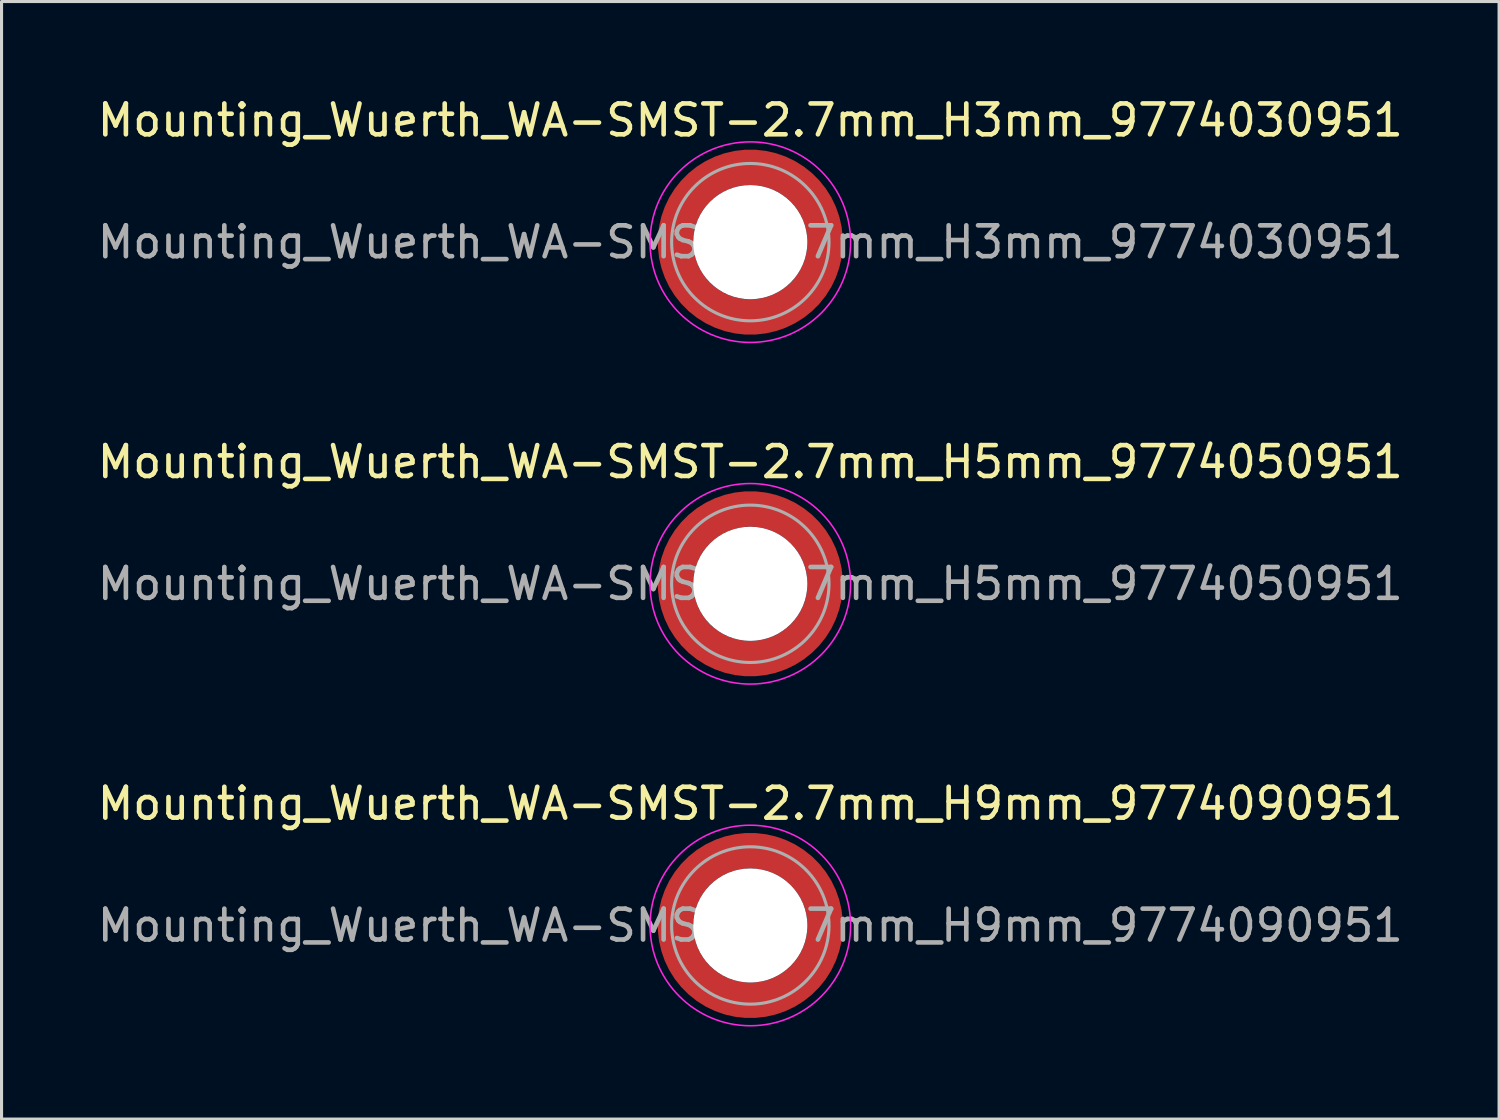
<source format=kicad_pcb>
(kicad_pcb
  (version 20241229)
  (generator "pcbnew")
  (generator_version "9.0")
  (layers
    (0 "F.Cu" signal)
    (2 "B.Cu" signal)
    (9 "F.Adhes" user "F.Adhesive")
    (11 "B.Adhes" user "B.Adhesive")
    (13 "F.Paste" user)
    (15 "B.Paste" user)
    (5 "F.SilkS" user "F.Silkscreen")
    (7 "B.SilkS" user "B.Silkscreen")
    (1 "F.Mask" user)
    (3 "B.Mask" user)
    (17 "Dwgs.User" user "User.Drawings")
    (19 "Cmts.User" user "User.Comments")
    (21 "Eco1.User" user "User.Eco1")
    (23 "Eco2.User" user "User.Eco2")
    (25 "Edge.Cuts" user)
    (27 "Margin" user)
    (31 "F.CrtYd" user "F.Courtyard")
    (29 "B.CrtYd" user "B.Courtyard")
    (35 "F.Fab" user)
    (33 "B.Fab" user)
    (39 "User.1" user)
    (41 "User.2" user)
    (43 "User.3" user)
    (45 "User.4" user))
  (footprint "Mounting_Wuerth_WA-SMST-2.7mm_H3mm_9774030951"
    (layer "F.Cu")
    (at 21.268 4.798)
    (property "Reference" "Mounting_Wuerth_WA-SMST-2.7mm_H3mm_9774030951" (at 0 -3.95 0) (layer "F.SilkS") (effects (font (size 1 1) (thickness 0.15))))
    (attr smd)
    (fp_circle (center 0 0) (end 3.25 0) (stroke (width 0.05) (type solid)) (fill no) (layer "F.CrtYd"))
    (fp_circle (center 0 0) (end 2.55 0) (stroke (width 0.1) (type solid)) (fill no) (layer "F.Fab"))
    (fp_text user "${REFERENCE}" (at 0 0 0) (layer "F.Fab") (effects (font (size 1 1) (thickness 0.15))))
    (pad "" smd custom (at -1.704 -1.704) (size 0.62 0.62) (layers "F.Paste") (options (anchor circle)) (primitives (gr_arc (start -0.250195 1.279127) (mid 0.289146 0.290681) (end 1.277006 -0.249732) (width 0.2)) (gr_arc (start -0.34334 1.279127) (mid 0.224883 0.226093) (end 1.277452 -0.342992) (width 0.2)) (gr_arc (start -0.436309 1.279127) (mid 0.160537 0.16159) (end 1.277666 -0.436018) (width 0.2)) (gr_arc (start -0.529126 1.279127) (mid 0.095932 0.097343) (end 1.277167 -0.528752) (width 0.2)) (gr_arc (start -0.621807 1.279127) (mid 0.0309 0.033527) (end 1.275473 -0.621136) (width 0.2)) (gr_arc (start -0.71437 1.279127) (mid -0.03322 -0.031206) (end 1.276322 -0.713875) (width 0.2)) (gr_arc (start -0.806826 1.279127) (mid -0.097997 -0.095278) (end 1.275336 -0.806181) (width 0.2)) (gr_arc (start -0.899187 1.279127) (mid -0.161977 -0.16015) (end 1.276577 -0.898769) (width 0.2)) (gr_arc (start -0.991463 1.279127) (mid -0.226842 -0.224133) (end 1.275343 -0.990864) (width 0.2)) (gr_arc (start -1.083663 1.279127) (mid -0.291026 -0.288801) (end 1.276016 -1.083187) (width 0.2)) (gr_line (start 1.279 -0.25) (end 1.279 -1.084) (width 0.2)) (gr_line (start -0.25 1.279) (end -1.084 1.279) (width 0.2))))
    (pad "" smd custom (at -1.704 1.704) (size 0.62 0.62) (layers "F.Paste") (options (anchor circle)) (primitives (gr_arc (start 1.279127 0.250195) (mid 0.290681 -0.289146) (end -0.249732 -1.277006) (width 0.2)) (gr_arc (start 1.279127 0.34334) (mid 0.226093 -0.224883) (end -0.342992 -1.277452) (width 0.2)) (gr_arc (start 1.279127 0.436309) (mid 0.16159 -0.160537) (end -0.436018 -1.277666) (width 0.2)) (gr_arc (start 1.279127 0.529126) (mid 0.097343 -0.095932) (end -0.528752 -1.277167) (width 0.2)) (gr_arc (start 1.279127 0.621807) (mid 0.033527 -0.0309) (end -0.621136 -1.275473) (width 0.2)) (gr_arc (start 1.279127 0.71437) (mid -0.031206 0.03322) (end -0.713875 -1.276322) (width 0.2)) (gr_arc (start 1.279127 0.806826) (mid -0.095278 0.097997) (end -0.806181 -1.275336) (width 0.2)) (gr_arc (start 1.279127 0.899187) (mid -0.16015 0.161977) (end -0.898769 -1.276577) (width 0.2)) (gr_arc (start 1.279127 0.991463) (mid -0.224133 0.226842) (end -0.990864 -1.275343) (width 0.2)) (gr_arc (start 1.279127 1.083663) (mid -0.288801 0.291026) (end -1.083187 -1.276016) (width 0.2)) (gr_line (start -0.25 -1.279) (end -1.084 -1.279) (width 0.2)) (gr_line (start 1.279 0.25) (end 1.279 1.084) (width 0.2))))
    (pad "" np_thru_hole circle (at 0 0) (size 3.7 3.7) (drill 3.7) (layers "*.Cu" "*.Mask"))
    (pad "" smd custom (at 1.704 -1.704) (size 0.62 0.62) (layers "F.Paste") (options (anchor circle)) (primitives (gr_arc (start -1.279127 -0.250195) (mid -0.290681 0.289146) (end 0.249732 1.277006) (width 0.2)) (gr_arc (start -1.279127 -0.34334) (mid -0.226093 0.224883) (end 0.342992 1.277452) (width 0.2)) (gr_arc (start -1.279127 -0.436309) (mid -0.16159 0.160537) (end 0.436018 1.277666) (width 0.2)) (gr_arc (start -1.279127 -0.529126) (mid -0.097343 0.095932) (end 0.528752 1.277167) (width 0.2)) (gr_arc (start -1.279127 -0.621807) (mid -0.033527 0.0309) (end 0.621136 1.275473) (width 0.2)) (gr_arc (start -1.279127 -0.71437) (mid 0.031206 -0.03322) (end 0.713875 1.276322) (width 0.2)) (gr_arc (start -1.279127 -0.806826) (mid 0.095278 -0.097997) (end 0.806181 1.275336) (width 0.2)) (gr_arc (start -1.279127 -0.899187) (mid 0.16015 -0.161977) (end 0.898769 1.276577) (width 0.2)) (gr_arc (start -1.279127 -0.991463) (mid 0.224133 -0.226842) (end 0.990864 1.275343) (width 0.2)) (gr_arc (start -1.279127 -1.083663) (mid 0.288801 -0.291026) (end 1.083187 1.276016) (width 0.2)) (gr_line (start 0.25 1.279) (end 1.084 1.279) (width 0.2)) (gr_line (start -1.279 -0.25) (end -1.279 -1.084) (width 0.2))))
    (pad "" smd custom (at 1.704 1.704) (size 0.62 0.62) (layers "F.Paste") (options (anchor circle)) (primitives (gr_arc (start 0.250195 -1.279127) (mid -0.289146 -0.290681) (end -1.277006 0.249732) (width 0.2)) (gr_arc (start 0.34334 -1.279127) (mid -0.224883 -0.226093) (end -1.277452 0.342992) (width 0.2)) (gr_arc (start 0.436309 -1.279127) (mid -0.160537 -0.16159) (end -1.277666 0.436018) (width 0.2)) (gr_arc (start 0.529126 -1.279127) (mid -0.095932 -0.097343) (end -1.277167 0.528752) (width 0.2)) (gr_arc (start 0.621807 -1.279127) (mid -0.0309 -0.033527) (end -1.275473 0.621136) (width 0.2)) (gr_arc (start 0.71437 -1.279127) (mid 0.03322 0.031206) (end -1.276322 0.713875) (width 0.2)) (gr_arc (start 0.806826 -1.279127) (mid 0.097997 0.095278) (end -1.275336 0.806181) (width 0.2)) (gr_arc (start 0.899187 -1.279127) (mid 0.161977 0.16015) (end -1.276577 0.898769) (width 0.2)) (gr_arc (start 0.991463 -1.279127) (mid 0.226842 0.224133) (end -1.275343 0.990864) (width 0.2)) (gr_arc (start 1.083663 -1.279127) (mid 0.291026 0.288801) (end -1.276016 1.083187) (width 0.2)) (gr_line (start -1.279 0.25) (end -1.279 1.084) (width 0.2)) (gr_line (start 0.25 -1.279) (end 1.084 -1.279) (width 0.2))))
    (pad "1" smd circle (at -2.425 0) (size 0.75 0.75) (layers "F.Cu"))
    (pad "1" smd circle (at 0 -2.425) (size 0.75 0.75) (layers "F.Cu"))
    (pad "1" smd circle (at 0 2.425) (size 0.75 0.75) (layers "F.Cu"))
    (pad "1" smd custom (at 2.425 0) (size 0.75 0.75) (layers "F.Cu" "F.Mask") (options (anchor circle)) (primitives (gr_circle (center -2.425 0) (end 0 0) (width 1.15) (fill no)))))
  (footprint "Mounting_Wuerth_WA-SMST-2.7mm_H5mm_9774050951"
    (layer "F.Cu")
    (at 21.268 15.871)
    (property "Reference" "Mounting_Wuerth_WA-SMST-2.7mm_H5mm_9774050951" (at 0 -3.95 0) (layer "F.SilkS") (effects (font (size 1 1) (thickness 0.15))))
    (attr smd)
    (fp_circle (center 0 0) (end 3.25 0) (stroke (width 0.05) (type solid)) (fill no) (layer "F.CrtYd"))
    (fp_circle (center 0 0) (end 2.55 0) (stroke (width 0.1) (type solid)) (fill no) (layer "F.Fab"))
    (fp_text user "${REFERENCE}" (at 0 0 0) (layer "F.Fab") (effects (font (size 1 1) (thickness 0.15))))
    (pad "" smd custom (at -1.704 -1.704) (size 0.62 0.62) (layers "F.Paste") (options (anchor circle)) (primitives (gr_arc (start -0.250195 1.279127) (mid 0.289146 0.290681) (end 1.277006 -0.249732) (width 0.2)) (gr_arc (start -0.34334 1.279127) (mid 0.224883 0.226093) (end 1.277452 -0.342992) (width 0.2)) (gr_arc (start -0.436309 1.279127) (mid 0.160537 0.16159) (end 1.277666 -0.436018) (width 0.2)) (gr_arc (start -0.529126 1.279127) (mid 0.095932 0.097343) (end 1.277167 -0.528752) (width 0.2)) (gr_arc (start -0.621807 1.279127) (mid 0.0309 0.033527) (end 1.275473 -0.621136) (width 0.2)) (gr_arc (start -0.71437 1.279127) (mid -0.03322 -0.031206) (end 1.276322 -0.713875) (width 0.2)) (gr_arc (start -0.806826 1.279127) (mid -0.097997 -0.095278) (end 1.275336 -0.806181) (width 0.2)) (gr_arc (start -0.899187 1.279127) (mid -0.161977 -0.16015) (end 1.276577 -0.898769) (width 0.2)) (gr_arc (start -0.991463 1.279127) (mid -0.226842 -0.224133) (end 1.275343 -0.990864) (width 0.2)) (gr_arc (start -1.083663 1.279127) (mid -0.291026 -0.288801) (end 1.276016 -1.083187) (width 0.2)) (gr_line (start 1.279 -0.25) (end 1.279 -1.084) (width 0.2)) (gr_line (start -0.25 1.279) (end -1.084 1.279) (width 0.2))))
    (pad "" smd custom (at -1.704 1.704) (size 0.62 0.62) (layers "F.Paste") (options (anchor circle)) (primitives (gr_arc (start 1.279127 0.250195) (mid 0.290681 -0.289146) (end -0.249732 -1.277006) (width 0.2)) (gr_arc (start 1.279127 0.34334) (mid 0.226093 -0.224883) (end -0.342992 -1.277452) (width 0.2)) (gr_arc (start 1.279127 0.436309) (mid 0.16159 -0.160537) (end -0.436018 -1.277666) (width 0.2)) (gr_arc (start 1.279127 0.529126) (mid 0.097343 -0.095932) (end -0.528752 -1.277167) (width 0.2)) (gr_arc (start 1.279127 0.621807) (mid 0.033527 -0.0309) (end -0.621136 -1.275473) (width 0.2)) (gr_arc (start 1.279127 0.71437) (mid -0.031206 0.03322) (end -0.713875 -1.276322) (width 0.2)) (gr_arc (start 1.279127 0.806826) (mid -0.095278 0.097997) (end -0.806181 -1.275336) (width 0.2)) (gr_arc (start 1.279127 0.899187) (mid -0.16015 0.161977) (end -0.898769 -1.276577) (width 0.2)) (gr_arc (start 1.279127 0.991463) (mid -0.224133 0.226842) (end -0.990864 -1.275343) (width 0.2)) (gr_arc (start 1.279127 1.083663) (mid -0.288801 0.291026) (end -1.083187 -1.276016) (width 0.2)) (gr_line (start -0.25 -1.279) (end -1.084 -1.279) (width 0.2)) (gr_line (start 1.279 0.25) (end 1.279 1.084) (width 0.2))))
    (pad "" np_thru_hole circle (at 0 0) (size 3.7 3.7) (drill 3.7) (layers "*.Cu" "*.Mask"))
    (pad "" smd custom (at 1.704 -1.704) (size 0.62 0.62) (layers "F.Paste") (options (anchor circle)) (primitives (gr_arc (start -1.279127 -0.250195) (mid -0.290681 0.289146) (end 0.249732 1.277006) (width 0.2)) (gr_arc (start -1.279127 -0.34334) (mid -0.226093 0.224883) (end 0.342992 1.277452) (width 0.2)) (gr_arc (start -1.279127 -0.436309) (mid -0.16159 0.160537) (end 0.436018 1.277666) (width 0.2)) (gr_arc (start -1.279127 -0.529126) (mid -0.097343 0.095932) (end 0.528752 1.277167) (width 0.2)) (gr_arc (start -1.279127 -0.621807) (mid -0.033527 0.0309) (end 0.621136 1.275473) (width 0.2)) (gr_arc (start -1.279127 -0.71437) (mid 0.031206 -0.03322) (end 0.713875 1.276322) (width 0.2)) (gr_arc (start -1.279127 -0.806826) (mid 0.095278 -0.097997) (end 0.806181 1.275336) (width 0.2)) (gr_arc (start -1.279127 -0.899187) (mid 0.16015 -0.161977) (end 0.898769 1.276577) (width 0.2)) (gr_arc (start -1.279127 -0.991463) (mid 0.224133 -0.226842) (end 0.990864 1.275343) (width 0.2)) (gr_arc (start -1.279127 -1.083663) (mid 0.288801 -0.291026) (end 1.083187 1.276016) (width 0.2)) (gr_line (start 0.25 1.279) (end 1.084 1.279) (width 0.2)) (gr_line (start -1.279 -0.25) (end -1.279 -1.084) (width 0.2))))
    (pad "" smd custom (at 1.704 1.704) (size 0.62 0.62) (layers "F.Paste") (options (anchor circle)) (primitives (gr_arc (start 0.250195 -1.279127) (mid -0.289146 -0.290681) (end -1.277006 0.249732) (width 0.2)) (gr_arc (start 0.34334 -1.279127) (mid -0.224883 -0.226093) (end -1.277452 0.342992) (width 0.2)) (gr_arc (start 0.436309 -1.279127) (mid -0.160537 -0.16159) (end -1.277666 0.436018) (width 0.2)) (gr_arc (start 0.529126 -1.279127) (mid -0.095932 -0.097343) (end -1.277167 0.528752) (width 0.2)) (gr_arc (start 0.621807 -1.279127) (mid -0.0309 -0.033527) (end -1.275473 0.621136) (width 0.2)) (gr_arc (start 0.71437 -1.279127) (mid 0.03322 0.031206) (end -1.276322 0.713875) (width 0.2)) (gr_arc (start 0.806826 -1.279127) (mid 0.097997 0.095278) (end -1.275336 0.806181) (width 0.2)) (gr_arc (start 0.899187 -1.279127) (mid 0.161977 0.16015) (end -1.276577 0.898769) (width 0.2)) (gr_arc (start 0.991463 -1.279127) (mid 0.226842 0.224133) (end -1.275343 0.990864) (width 0.2)) (gr_arc (start 1.083663 -1.279127) (mid 0.291026 0.288801) (end -1.276016 1.083187) (width 0.2)) (gr_line (start -1.279 0.25) (end -1.279 1.084) (width 0.2)) (gr_line (start 0.25 -1.279) (end 1.084 -1.279) (width 0.2))))
    (pad "1" smd circle (at -2.425 0) (size 0.75 0.75) (layers "F.Cu"))
    (pad "1" smd circle (at 0 -2.425) (size 0.75 0.75) (layers "F.Cu"))
    (pad "1" smd circle (at 0 2.425) (size 0.75 0.75) (layers "F.Cu"))
    (pad "1" smd custom (at 2.425 0) (size 0.75 0.75) (layers "F.Cu" "F.Mask") (options (anchor circle)) (primitives (gr_circle (center -2.425 0) (end 0 0) (width 1.15) (fill no)))))
  (footprint "Mounting_Wuerth_WA-SMST-2.7mm_H9mm_9774090951"
    (layer "F.Cu")
    (at 21.268 26.945)
    (property "Reference" "Mounting_Wuerth_WA-SMST-2.7mm_H9mm_9774090951" (at 0 -3.95 0) (layer "F.SilkS") (effects (font (size 1 1) (thickness 0.15))))
    (attr smd)
    (fp_circle (center 0 0) (end 3.25 0) (stroke (width 0.05) (type solid)) (fill no) (layer "F.CrtYd"))
    (fp_circle (center 0 0) (end 2.55 0) (stroke (width 0.1) (type solid)) (fill no) (layer "F.Fab"))
    (fp_text user "${REFERENCE}" (at 0 0 0) (layer "F.Fab") (effects (font (size 1 1) (thickness 0.15))))
    (pad "" smd custom (at -1.704 -1.704) (size 0.62 0.62) (layers "F.Paste") (options (anchor circle)) (primitives (gr_arc (start -0.250195 1.279127) (mid 0.289146 0.290681) (end 1.277006 -0.249732) (width 0.2)) (gr_arc (start -0.34334 1.279127) (mid 0.224883 0.226093) (end 1.277452 -0.342992) (width 0.2)) (gr_arc (start -0.436309 1.279127) (mid 0.160537 0.16159) (end 1.277666 -0.436018) (width 0.2)) (gr_arc (start -0.529126 1.279127) (mid 0.095932 0.097343) (end 1.277167 -0.528752) (width 0.2)) (gr_arc (start -0.621807 1.279127) (mid 0.0309 0.033527) (end 1.275473 -0.621136) (width 0.2)) (gr_arc (start -0.71437 1.279127) (mid -0.03322 -0.031206) (end 1.276322 -0.713875) (width 0.2)) (gr_arc (start -0.806826 1.279127) (mid -0.097997 -0.095278) (end 1.275336 -0.806181) (width 0.2)) (gr_arc (start -0.899187 1.279127) (mid -0.161977 -0.16015) (end 1.276577 -0.898769) (width 0.2)) (gr_arc (start -0.991463 1.279127) (mid -0.226842 -0.224133) (end 1.275343 -0.990864) (width 0.2)) (gr_arc (start -1.083663 1.279127) (mid -0.291026 -0.288801) (end 1.276016 -1.083187) (width 0.2)) (gr_line (start 1.279 -0.25) (end 1.279 -1.084) (width 0.2)) (gr_line (start -0.25 1.279) (end -1.084 1.279) (width 0.2))))
    (pad "" smd custom (at -1.704 1.704) (size 0.62 0.62) (layers "F.Paste") (options (anchor circle)) (primitives (gr_arc (start 1.279127 0.250195) (mid 0.290681 -0.289146) (end -0.249732 -1.277006) (width 0.2)) (gr_arc (start 1.279127 0.34334) (mid 0.226093 -0.224883) (end -0.342992 -1.277452) (width 0.2)) (gr_arc (start 1.279127 0.436309) (mid 0.16159 -0.160537) (end -0.436018 -1.277666) (width 0.2)) (gr_arc (start 1.279127 0.529126) (mid 0.097343 -0.095932) (end -0.528752 -1.277167) (width 0.2)) (gr_arc (start 1.279127 0.621807) (mid 0.033527 -0.0309) (end -0.621136 -1.275473) (width 0.2)) (gr_arc (start 1.279127 0.71437) (mid -0.031206 0.03322) (end -0.713875 -1.276322) (width 0.2)) (gr_arc (start 1.279127 0.806826) (mid -0.095278 0.097997) (end -0.806181 -1.275336) (width 0.2)) (gr_arc (start 1.279127 0.899187) (mid -0.16015 0.161977) (end -0.898769 -1.276577) (width 0.2)) (gr_arc (start 1.279127 0.991463) (mid -0.224133 0.226842) (end -0.990864 -1.275343) (width 0.2)) (gr_arc (start 1.279127 1.083663) (mid -0.288801 0.291026) (end -1.083187 -1.276016) (width 0.2)) (gr_line (start -0.25 -1.279) (end -1.084 -1.279) (width 0.2)) (gr_line (start 1.279 0.25) (end 1.279 1.084) (width 0.2))))
    (pad "" np_thru_hole circle (at 0 0) (size 3.7 3.7) (drill 3.7) (layers "*.Cu" "*.Mask"))
    (pad "" smd custom (at 1.704 -1.704) (size 0.62 0.62) (layers "F.Paste") (options (anchor circle)) (primitives (gr_arc (start -1.279127 -0.250195) (mid -0.290681 0.289146) (end 0.249732 1.277006) (width 0.2)) (gr_arc (start -1.279127 -0.34334) (mid -0.226093 0.224883) (end 0.342992 1.277452) (width 0.2)) (gr_arc (start -1.279127 -0.436309) (mid -0.16159 0.160537) (end 0.436018 1.277666) (width 0.2)) (gr_arc (start -1.279127 -0.529126) (mid -0.097343 0.095932) (end 0.528752 1.277167) (width 0.2)) (gr_arc (start -1.279127 -0.621807) (mid -0.033527 0.0309) (end 0.621136 1.275473) (width 0.2)) (gr_arc (start -1.279127 -0.71437) (mid 0.031206 -0.03322) (end 0.713875 1.276322) (width 0.2)) (gr_arc (start -1.279127 -0.806826) (mid 0.095278 -0.097997) (end 0.806181 1.275336) (width 0.2)) (gr_arc (start -1.279127 -0.899187) (mid 0.16015 -0.161977) (end 0.898769 1.276577) (width 0.2)) (gr_arc (start -1.279127 -0.991463) (mid 0.224133 -0.226842) (end 0.990864 1.275343) (width 0.2)) (gr_arc (start -1.279127 -1.083663) (mid 0.288801 -0.291026) (end 1.083187 1.276016) (width 0.2)) (gr_line (start 0.25 1.279) (end 1.084 1.279) (width 0.2)) (gr_line (start -1.279 -0.25) (end -1.279 -1.084) (width 0.2))))
    (pad "" smd custom (at 1.704 1.704) (size 0.62 0.62) (layers "F.Paste") (options (anchor circle)) (primitives (gr_arc (start 0.250195 -1.279127) (mid -0.289146 -0.290681) (end -1.277006 0.249732) (width 0.2)) (gr_arc (start 0.34334 -1.279127) (mid -0.224883 -0.226093) (end -1.277452 0.342992) (width 0.2)) (gr_arc (start 0.436309 -1.279127) (mid -0.160537 -0.16159) (end -1.277666 0.436018) (width 0.2)) (gr_arc (start 0.529126 -1.279127) (mid -0.095932 -0.097343) (end -1.277167 0.528752) (width 0.2)) (gr_arc (start 0.621807 -1.279127) (mid -0.0309 -0.033527) (end -1.275473 0.621136) (width 0.2)) (gr_arc (start 0.71437 -1.279127) (mid 0.03322 0.031206) (end -1.276322 0.713875) (width 0.2)) (gr_arc (start 0.806826 -1.279127) (mid 0.097997 0.095278) (end -1.275336 0.806181) (width 0.2)) (gr_arc (start 0.899187 -1.279127) (mid 0.161977 0.16015) (end -1.276577 0.898769) (width 0.2)) (gr_arc (start 0.991463 -1.279127) (mid 0.226842 0.224133) (end -1.275343 0.990864) (width 0.2)) (gr_arc (start 1.083663 -1.279127) (mid 0.291026 0.288801) (end -1.276016 1.083187) (width 0.2)) (gr_line (start -1.279 0.25) (end -1.279 1.084) (width 0.2)) (gr_line (start 0.25 -1.279) (end 1.084 -1.279) (width 0.2))))
    (pad "1" smd circle (at -2.425 0) (size 0.75 0.75) (layers "F.Cu"))
    (pad "1" smd circle (at 0 -2.425) (size 0.75 0.75) (layers "F.Cu"))
    (pad "1" smd circle (at 0 2.425) (size 0.75 0.75) (layers "F.Cu"))
    (pad "1" smd custom (at 2.425 0) (size 0.75 0.75) (layers "F.Cu" "F.Mask") (options (anchor circle)) (primitives (gr_circle (center -2.425 0) (end 0 0) (width 1.15) (fill no)))))
  (gr_rect
    (start -3 -3)
    (end 45.536 33.22)
    (stroke (width 0.1) (type default))
    (fill no)
    (layer "Edge.Cuts")))
</source>
